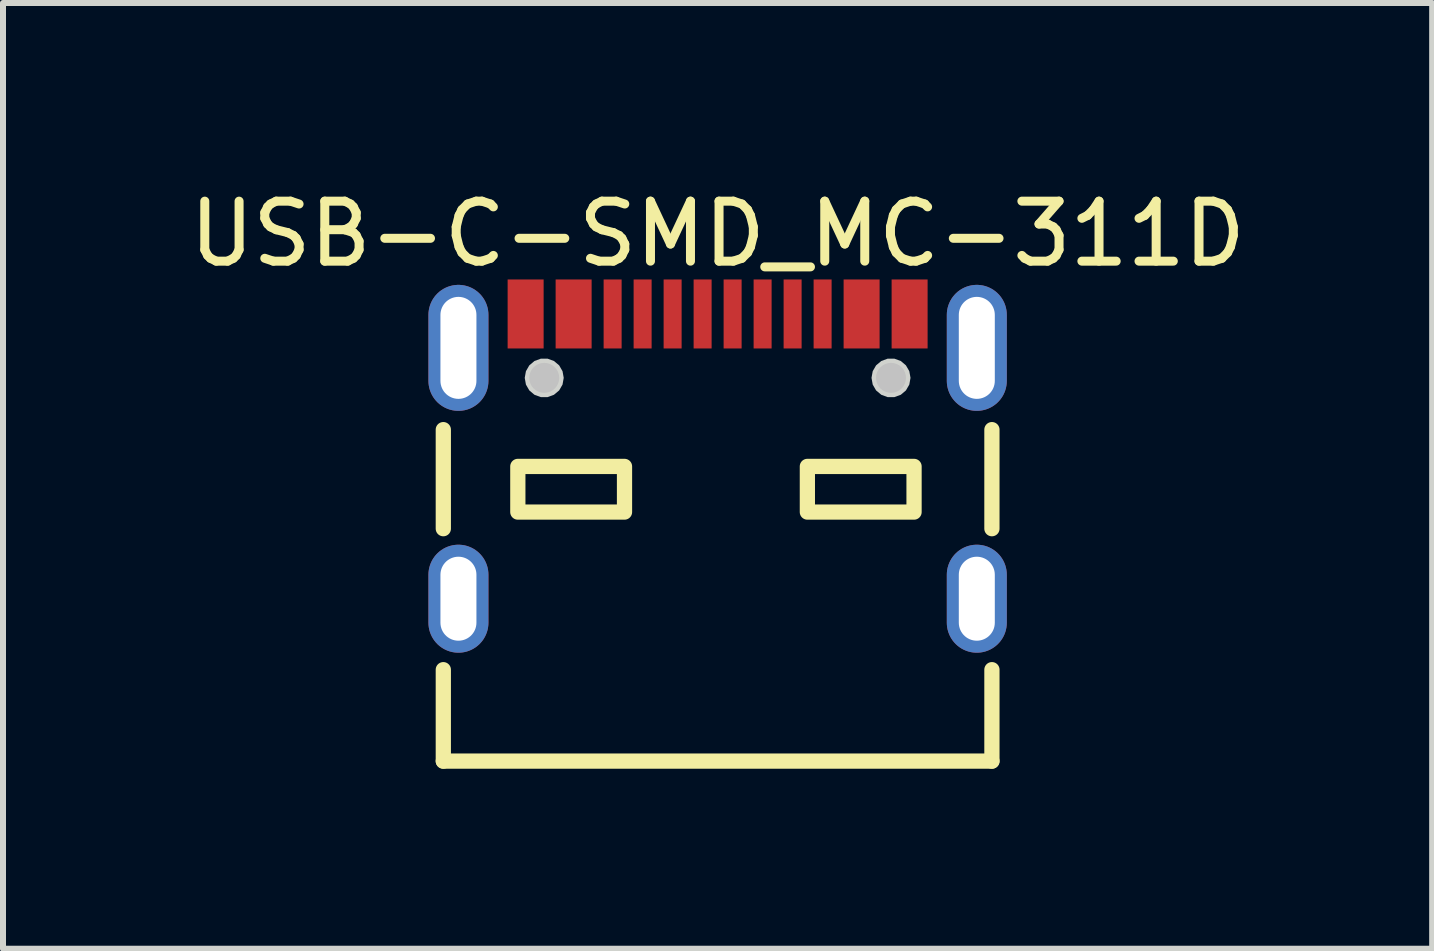
<source format=kicad_pcb>
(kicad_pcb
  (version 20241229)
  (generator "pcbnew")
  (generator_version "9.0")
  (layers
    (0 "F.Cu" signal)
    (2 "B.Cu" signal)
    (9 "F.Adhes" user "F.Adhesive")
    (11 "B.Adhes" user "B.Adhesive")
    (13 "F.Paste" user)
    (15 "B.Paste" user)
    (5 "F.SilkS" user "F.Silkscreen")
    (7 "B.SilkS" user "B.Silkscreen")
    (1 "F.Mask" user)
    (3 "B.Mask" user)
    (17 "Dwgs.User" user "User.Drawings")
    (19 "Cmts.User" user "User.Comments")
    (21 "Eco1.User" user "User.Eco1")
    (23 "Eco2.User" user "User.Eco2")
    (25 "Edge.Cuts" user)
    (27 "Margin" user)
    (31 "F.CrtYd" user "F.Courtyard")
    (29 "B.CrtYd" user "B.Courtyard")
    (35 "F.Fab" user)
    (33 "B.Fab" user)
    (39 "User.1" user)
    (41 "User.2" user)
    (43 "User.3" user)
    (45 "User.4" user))
  (footprint "USB-C-SMD_MC-311D"
    (layer "F.Cu")
    (at 8.911 4.556)
    (property "Reference" "USB-C-SMD_MC-311D" (at 0 -3.708 0) (layer "F.SilkS") (effects (font (size 1 1) (thickness 0.15))))
    (fp_line (start -4.572 -0.445) (end -4.572 1.206) (stroke (width 0.254) (type default)) (layer "F.SilkS"))
    (fp_line (start -4.572 3.556) (end -4.572 5.08) (stroke (width 0.254) (type default)) (layer "F.SilkS"))
    (fp_line (start -4.572 5.08) (end 4.572 5.08) (stroke (width 0.254) (type default)) (layer "F.SilkS"))
    (fp_line (start 4.572 -0.445) (end 4.572 1.206) (stroke (width 0.254) (type default)) (layer "F.SilkS"))
    (fp_line (start 4.572 5.08) (end 4.572 3.556) (stroke (width 0.254) (type default)) (layer "F.SilkS"))
    (fp_rect (start -3.33 0.168) (end -1.552 0.929) (stroke (width 0.254) (type default)) (fill no) (layer "F.SilkS"))
    (fp_rect (start 1.496 0.168) (end 3.274 0.929) (stroke (width 0.254) (type default)) (fill no) (layer "F.SilkS"))
    (fp_poly (pts (xy -2.9 -1.798) (xy -2.9 -2.947) (xy -3.5 -2.947) (xy -3.5 -1.798)) (stroke (width 0) (type default)) (fill yes) (layer "F.Paste"))
    (fp_poly (pts (xy -2.1 -1.798) (xy -2.1 -2.947) (xy -2.7 -2.947) (xy -2.7 -1.798)) (stroke (width 0) (type default)) (fill yes) (layer "F.Paste"))
    (fp_poly (pts (xy -1.6 -1.798) (xy -1.6 -2.947) (xy -1.9 -2.947) (xy -1.9 -1.798)) (stroke (width 0) (type default)) (fill yes) (layer "F.Paste"))
    (fp_poly (pts (xy -1.4 -2.947) (xy -1.4 -1.798) (xy -1.1 -1.798) (xy -1.1 -2.947)) (stroke (width 0) (type default)) (fill yes) (layer "F.Paste"))
    (fp_poly (pts (xy -0.9 -2.947) (xy -0.9 -1.798) (xy -0.6 -1.798) (xy -0.6 -2.947)) (stroke (width 0) (type default)) (fill yes) (layer "F.Paste"))
    (fp_poly (pts (xy -0.1 -1.798) (xy -0.1 -2.947) (xy -0.4 -2.947) (xy -0.4 -1.798)) (stroke (width 0) (type default)) (fill yes) (layer "F.Paste"))
    (fp_poly (pts (xy 0.4 -1.798) (xy 0.4 -2.947) (xy 0.1 -2.947) (xy 0.1 -1.798)) (stroke (width 0) (type default)) (fill yes) (layer "F.Paste"))
    (fp_poly (pts (xy 0.9 -1.798) (xy 0.9 -2.947) (xy 0.6 -2.947) (xy 0.6 -1.798)) (stroke (width 0) (type default)) (fill yes) (layer "F.Paste"))
    (fp_poly (pts (xy 1.4 -1.798) (xy 1.4 -2.947) (xy 1.1 -2.947) (xy 1.1 -1.798)) (stroke (width 0) (type default)) (fill yes) (layer "F.Paste"))
    (fp_poly (pts (xy 1.9 -1.798) (xy 1.9 -2.947) (xy 1.6 -2.947) (xy 1.6 -1.798)) (stroke (width 0) (type default)) (fill yes) (layer "F.Paste"))
    (fp_poly (pts (xy 2.1 -2.947) (xy 2.1 -1.798) (xy 2.7 -1.798) (xy 2.7 -2.947)) (stroke (width 0) (type default)) (fill yes) (layer "F.Paste"))
    (fp_poly (pts (xy 2.9 -2.947) (xy 2.9 -1.798) (xy 3.5 -1.798) (xy 3.5 -2.947)) (stroke (width 0) (type default)) (fill yes) (layer "F.Paste"))
    (fp_poly (pts (xy -4.332 -2.857) (xy -4.357 -2.856) (xy -4.382 -2.853) (xy -4.407 -2.85) (xy -4.431 -2.845) (xy -4.455 -2.839) (xy -4.479 -2.832) (xy -4.503 -2.823) (xy -4.526 -2.813) (xy -4.548 -2.803) (xy -4.57 -2.791) (xy -4.591 -2.777) (xy -4.612 -2.764) (xy -4.632 -2.748) (xy -4.651 -2.732) (xy -4.669 -2.716) (xy -4.686 -2.697) (xy -4.703 -2.679) (xy -4.718 -2.659) (xy -4.733 -2.639) (xy -4.747 -2.619) (xy -4.759 -2.596) (xy -4.771 -2.575) (xy -4.781 -2.552) (xy -4.79 -2.529) (xy -4.798 -2.505) (xy -4.804 -2.481) (xy -4.81 -2.457) (xy -4.814 -2.432) (xy -4.817 -2.408) (xy -4.819 -2.382) (xy -4.82 -2.357) (xy -4.82 -1.258) (xy -4.819 -1.232) (xy -4.817 -1.208) (xy -4.814 -1.183) (xy -4.81 -1.159) (xy -4.804 -1.134) (xy -4.798 -1.11) (xy -4.79 -1.087) (xy -4.781 -1.063) (xy -4.771 -1.04) (xy -4.759 -1.018) (xy -4.747 -0.997) (xy -4.733 -0.976) (xy -4.718 -0.956) (xy -4.703 -0.936) (xy -4.686 -0.917) (xy -4.669 -0.899) (xy -4.651 -0.882) (xy -4.632 -0.867) (xy -4.612 -0.852) (xy -4.591 -0.838) (xy -4.57 -0.825) (xy -4.548 -0.812) (xy -4.526 -0.802) (xy -4.503 -0.792) (xy -4.479 -0.783) (xy -4.455 -0.776) (xy -4.431 -0.77) (xy -4.407 -0.765) (xy -4.382 -0.761) (xy -4.357 -0.759) (xy -4.332 -0.757) (xy -4.308 -0.757) (xy -4.282 -0.759) (xy -4.258 -0.761) (xy -4.233 -0.765) (xy -4.209 -0.77) (xy -4.184 -0.776) (xy -4.161 -0.783) (xy -4.138 -0.792) (xy -4.114 -0.802) (xy -4.092 -0.812) (xy -4.07 -0.825) (xy -4.049 -0.838) (xy -4.028 -0.852) (xy -4.008 -0.867) (xy -3.989 -0.882) (xy -3.971 -0.899) (xy -3.954 -0.917) (xy -3.937 -0.936) (xy -3.921 -0.956) (xy -3.907 -0.976) (xy -3.893 -0.997) (xy -3.881 -1.018) (xy -3.869 -1.04) (xy -3.86 -1.063) (xy -3.85 -1.087) (xy -3.842 -1.11) (xy -3.836 -1.134) (xy -3.83 -1.159) (xy -3.825 -1.183) (xy -3.822 -1.208) (xy -3.821 -1.232) (xy -3.82 -1.258) (xy -3.82 -2.357) (xy -3.821 -2.382) (xy -3.822 -2.408) (xy -3.825 -2.432) (xy -3.83 -2.457) (xy -3.836 -2.481) (xy -3.842 -2.505) (xy -3.85 -2.529) (xy -3.86 -2.552) (xy -3.869 -2.575) (xy -3.881 -2.596) (xy -3.893 -2.619) (xy -3.907 -2.639) (xy -3.921 -2.659) (xy -3.937 -2.679) (xy -3.954 -2.697) (xy -3.971 -2.716) (xy -3.989 -2.732) (xy -4.008 -2.748) (xy -4.028 -2.764) (xy -4.049 -2.777) (xy -4.07 -2.791) (xy -4.092 -2.803) (xy -4.114 -2.813) (xy -4.138 -2.823) (xy -4.161 -2.832) (xy -4.184 -2.839) (xy -4.209 -2.845) (xy -4.233 -2.85) (xy -4.258 -2.853) (xy -4.282 -2.856) (xy -4.308 -2.857)) (stroke (width 0) (type default)) (fill yes) (layer "F.Paste"))
    (fp_poly (pts (xy -4.282 1.474) (xy -4.308 1.472) (xy -4.332 1.472) (xy -4.357 1.474) (xy -4.382 1.476) (xy -4.407 1.48) (xy -4.431 1.485) (xy -4.455 1.491) (xy -4.479 1.498) (xy -4.503 1.507) (xy -4.526 1.516) (xy -4.548 1.528) (xy -4.57 1.54) (xy -4.591 1.552) (xy -4.612 1.567) (xy -4.632 1.581) (xy -4.651 1.597) (xy -4.669 1.615) (xy -4.686 1.633) (xy -4.703 1.651) (xy -4.718 1.671) (xy -4.733 1.691) (xy -4.747 1.712) (xy -4.759 1.734) (xy -4.771 1.756) (xy -4.781 1.778) (xy -4.79 1.802) (xy -4.798 1.825) (xy -4.804 1.849) (xy -4.81 1.873) (xy -4.814 1.898) (xy -4.817 1.923) (xy -4.819 1.948) (xy -4.82 1.972) (xy -4.82 2.772) (xy -4.819 2.797) (xy -4.817 2.822) (xy -4.814 2.847) (xy -4.81 2.872) (xy -4.804 2.896) (xy -4.798 2.92) (xy -4.79 2.943) (xy -4.781 2.966) (xy -4.771 2.99) (xy -4.759 3.011) (xy -4.747 3.033) (xy -4.733 3.054) (xy -4.718 3.075) (xy -4.703 3.094) (xy -4.686 3.112) (xy -4.669 3.131) (xy -4.651 3.147) (xy -4.632 3.163) (xy -4.612 3.179) (xy -4.591 3.192) (xy -4.57 3.205) (xy -4.548 3.217) (xy -4.526 3.228) (xy -4.503 3.238) (xy -4.479 3.247) (xy -4.455 3.254) (xy -4.431 3.26) (xy -4.407 3.265) (xy -4.382 3.268) (xy -4.357 3.271) (xy -4.332 3.272) (xy -4.308 3.272) (xy -4.282 3.271) (xy -4.258 3.268) (xy -4.233 3.265) (xy -4.209 3.26) (xy -4.184 3.254) (xy -4.161 3.247) (xy -4.138 3.238) (xy -4.114 3.228) (xy -4.092 3.217) (xy -4.07 3.205) (xy -4.049 3.192) (xy -4.028 3.179) (xy -4.008 3.163) (xy -3.989 3.147) (xy -3.971 3.131) (xy -3.954 3.112) (xy -3.937 3.094) (xy -3.921 3.075) (xy -3.907 3.054) (xy -3.893 3.033) (xy -3.881 3.011) (xy -3.869 2.99) (xy -3.86 2.966) (xy -3.85 2.943) (xy -3.842 2.92) (xy -3.836 2.896) (xy -3.83 2.872) (xy -3.825 2.847) (xy -3.822 2.822) (xy -3.821 2.797) (xy -3.82 2.772) (xy -3.82 1.972) (xy -3.821 1.948) (xy -3.822 1.923) (xy -3.825 1.898) (xy -3.83 1.873) (xy -3.836 1.849) (xy -3.842 1.825) (xy -3.85 1.802) (xy -3.86 1.778) (xy -3.869 1.756) (xy -3.881 1.734) (xy -3.893 1.712) (xy -3.907 1.691) (xy -3.921 1.671) (xy -3.937 1.651) (xy -3.954 1.633) (xy -3.971 1.615) (xy -3.989 1.597) (xy -4.008 1.581) (xy -4.028 1.567) (xy -4.049 1.552) (xy -4.07 1.54) (xy -4.092 1.528) (xy -4.114 1.516) (xy -4.138 1.507) (xy -4.161 1.498) (xy -4.184 1.491) (xy -4.209 1.485) (xy -4.233 1.48) (xy -4.258 1.476)) (stroke (width 0) (type default)) (fill yes) (layer "F.Paste"))
    (fp_poly (pts (xy 4.308 1.472) (xy 4.282 1.474) (xy 4.258 1.476) (xy 4.233 1.48) (xy 4.209 1.485) (xy 4.184 1.491) (xy 4.161 1.498) (xy 4.138 1.507) (xy 4.114 1.516) (xy 4.092 1.528) (xy 4.07 1.54) (xy 4.049 1.552) (xy 4.028 1.567) (xy 4.008 1.581) (xy 3.989 1.597) (xy 3.971 1.615) (xy 3.954 1.633) (xy 3.937 1.651) (xy 3.921 1.671) (xy 3.907 1.691) (xy 3.893 1.712) (xy 3.881 1.734) (xy 3.869 1.756) (xy 3.86 1.778) (xy 3.85 1.802) (xy 3.842 1.825) (xy 3.836 1.849) (xy 3.83 1.873) (xy 3.825 1.898) (xy 3.822 1.923) (xy 3.821 1.948) (xy 3.82 1.972) (xy 3.82 2.772) (xy 3.821 2.797) (xy 3.822 2.822) (xy 3.825 2.847) (xy 3.83 2.872) (xy 3.836 2.896) (xy 3.842 2.92) (xy 3.85 2.943) (xy 3.86 2.966) (xy 3.869 2.99) (xy 3.881 3.011) (xy 3.893 3.033) (xy 3.907 3.054) (xy 3.921 3.075) (xy 3.937 3.094) (xy 3.954 3.112) (xy 3.971 3.131) (xy 3.989 3.147) (xy 4.008 3.163) (xy 4.028 3.179) (xy 4.049 3.192) (xy 4.07 3.205) (xy 4.092 3.217) (xy 4.114 3.228) (xy 4.138 3.238) (xy 4.161 3.247) (xy 4.184 3.254) (xy 4.209 3.26) (xy 4.233 3.265) (xy 4.258 3.268) (xy 4.282 3.271) (xy 4.308 3.272) (xy 4.332 3.272) (xy 4.357 3.271) (xy 4.382 3.268) (xy 4.407 3.265) (xy 4.431 3.26) (xy 4.455 3.254) (xy 4.479 3.247) (xy 4.503 3.238) (xy 4.526 3.228) (xy 4.548 3.217) (xy 4.57 3.205) (xy 4.591 3.192) (xy 4.612 3.179) (xy 4.632 3.163) (xy 4.651 3.147) (xy 4.669 3.131) (xy 4.686 3.112) (xy 4.703 3.094) (xy 4.718 3.075) (xy 4.733 3.054) (xy 4.747 3.033) (xy 4.759 3.011) (xy 4.771 2.99) (xy 4.781 2.966) (xy 4.79 2.943) (xy 4.798 2.92) (xy 4.804 2.896) (xy 4.81 2.872) (xy 4.814 2.847) (xy 4.817 2.822) (xy 4.819 2.797) (xy 4.82 2.772) (xy 4.82 1.972) (xy 4.819 1.948) (xy 4.817 1.923) (xy 4.814 1.898) (xy 4.81 1.873) (xy 4.804 1.849) (xy 4.798 1.825) (xy 4.79 1.802) (xy 4.781 1.778) (xy 4.771 1.756) (xy 4.759 1.734) (xy 4.747 1.712) (xy 4.733 1.691) (xy 4.718 1.671) (xy 4.703 1.651) (xy 4.686 1.633) (xy 4.669 1.615) (xy 4.651 1.597) (xy 4.632 1.581) (xy 4.612 1.567) (xy 4.591 1.552) (xy 4.57 1.54) (xy 4.548 1.528) (xy 4.526 1.516) (xy 4.503 1.507) (xy 4.479 1.498) (xy 4.455 1.491) (xy 4.431 1.485) (xy 4.407 1.48) (xy 4.382 1.476) (xy 4.357 1.474) (xy 4.332 1.472)) (stroke (width 0) (type default)) (fill yes) (layer "F.Paste"))
    (fp_poly (pts (xy 4.357 -2.856) (xy 4.332 -2.857) (xy 4.308 -2.857) (xy 4.282 -2.856) (xy 4.258 -2.853) (xy 4.233 -2.85) (xy 4.209 -2.845) (xy 4.184 -2.839) (xy 4.161 -2.832) (xy 4.138 -2.823) (xy 4.114 -2.813) (xy 4.092 -2.803) (xy 4.07 -2.791) (xy 4.049 -2.777) (xy 4.028 -2.764) (xy 4.008 -2.748) (xy 3.989 -2.732) (xy 3.971 -2.716) (xy 3.954 -2.697) (xy 3.937 -2.679) (xy 3.921 -2.659) (xy 3.907 -2.639) (xy 3.893 -2.619) (xy 3.881 -2.596) (xy 3.869 -2.575) (xy 3.86 -2.552) (xy 3.85 -2.529) (xy 3.842 -2.505) (xy 3.836 -2.481) (xy 3.83 -2.457) (xy 3.825 -2.432) (xy 3.822 -2.408) (xy 3.821 -2.382) (xy 3.82 -2.357) (xy 3.82 -1.258) (xy 3.821 -1.232) (xy 3.822 -1.208) (xy 3.825 -1.183) (xy 3.83 -1.159) (xy 3.836 -1.134) (xy 3.842 -1.11) (xy 3.85 -1.087) (xy 3.86 -1.063) (xy 3.869 -1.04) (xy 3.881 -1.018) (xy 3.893 -0.997) (xy 3.907 -0.976) (xy 3.921 -0.956) (xy 3.937 -0.936) (xy 3.954 -0.917) (xy 3.971 -0.899) (xy 3.989 -0.882) (xy 4.008 -0.867) (xy 4.028 -0.852) (xy 4.049 -0.838) (xy 4.07 -0.825) (xy 4.092 -0.812) (xy 4.114 -0.802) (xy 4.138 -0.792) (xy 4.161 -0.783) (xy 4.184 -0.776) (xy 4.209 -0.77) (xy 4.233 -0.765) (xy 4.258 -0.761) (xy 4.282 -0.759) (xy 4.308 -0.757) (xy 4.332 -0.757) (xy 4.357 -0.759) (xy 4.382 -0.761) (xy 4.407 -0.765) (xy 4.431 -0.77) (xy 4.455 -0.776) (xy 4.479 -0.783) (xy 4.503 -0.792) (xy 4.526 -0.802) (xy 4.548 -0.812) (xy 4.57 -0.825) (xy 4.591 -0.838) (xy 4.612 -0.852) (xy 4.632 -0.867) (xy 4.651 -0.882) (xy 4.669 -0.899) (xy 4.686 -0.917) (xy 4.703 -0.936) (xy 4.718 -0.956) (xy 4.733 -0.976) (xy 4.747 -0.997) (xy 4.759 -1.018) (xy 4.771 -1.04) (xy 4.781 -1.063) (xy 4.79 -1.087) (xy 4.798 -1.11) (xy 4.804 -1.134) (xy 4.81 -1.159) (xy 4.814 -1.183) (xy 4.817 -1.208) (xy 4.819 -1.232) (xy 4.82 -1.258) (xy 4.82 -2.357) (xy 4.819 -2.382) (xy 4.817 -2.408) (xy 4.814 -2.432) (xy 4.81 -2.457) (xy 4.804 -2.481) (xy 4.798 -2.505) (xy 4.79 -2.529) (xy 4.781 -2.552) (xy 4.771 -2.575) (xy 4.759 -2.596) (xy 4.747 -2.619) (xy 4.733 -2.639) (xy 4.718 -2.659) (xy 4.703 -2.679) (xy 4.686 -2.697) (xy 4.669 -2.716) (xy 4.651 -2.732) (xy 4.632 -2.748) (xy 4.612 -2.764) (xy 4.591 -2.777) (xy 4.57 -2.791) (xy 4.548 -2.803) (xy 4.526 -2.813) (xy 4.503 -2.823) (xy 4.479 -2.832) (xy 4.455 -2.839) (xy 4.431 -2.845) (xy 4.407 -2.85) (xy 4.382 -2.853)) (stroke (width 0) (type default)) (fill yes) (layer "F.Paste"))
    (fp_circle (center -2.89 -1.308) (end -2.765 -1.308) (stroke (width 0.25) (type default)) (fill no) (layer "Dwgs.User"))
    (fp_circle (center 2.89 -1.308) (end 3.015 -1.308) (stroke (width 0.25) (type default)) (fill no) (layer "Dwgs.User"))
    (fp_poly (pts (xy -2.565 -1.308) (xy -2.585 -1.419) (xy -2.641 -1.516) (xy -2.728 -1.589) (xy -2.834 -1.628) (xy -2.946 -1.628) (xy -3.053 -1.589) (xy -3.139 -1.516) (xy -3.195 -1.419) (xy -3.215 -1.308) (xy -3.195 -1.196) (xy -3.139 -1.099) (xy -3.053 -1.026) (xy -2.946 -0.987) (xy -2.834 -0.987) (xy -2.728 -1.026) (xy -2.641 -1.099) (xy -2.585 -1.196)) (stroke (width 0) (type default)) (fill yes) (layer "Edge.Cuts"))
    (fp_poly (pts (xy 3.215 -1.308) (xy 3.195 -1.419) (xy 3.139 -1.516) (xy 3.053 -1.589) (xy 2.946 -1.628) (xy 2.834 -1.628) (xy 2.728 -1.589) (xy 2.641 -1.516) (xy 2.585 -1.419) (xy 2.565 -1.308) (xy 2.585 -1.196) (xy 2.641 -1.099) (xy 2.728 -1.026) (xy 2.834 -0.987) (xy 2.946 -0.987) (xy 3.053 -1.026) (xy 3.139 -1.099) (xy 3.195 -1.196)) (stroke (width 0) (type default)) (fill yes) (layer "Edge.Cuts"))
    (fp_poly (pts (xy -4.47 -2.357) (xy -4.17 -2.357) (xy -4.17 -1.256) (xy -4.47 -1.256)) (stroke (width 0.1) (type default)) (fill no) (layer "User.1"))
    (fp_poly (pts (xy -4.47 1.972) (xy -4.17 1.972) (xy -4.17 2.772) (xy -4.47 2.772)) (stroke (width 0.1) (type default)) (fill no) (layer "User.1"))
    (fp_poly (pts (xy -3.425 -2.736) (xy -2.975 -2.736) (xy -2.975 -1.986) (xy -3.425 -1.986)) (stroke (width 0.1) (type default)) (fill no) (layer "User.1"))
    (fp_poly (pts (xy -2.625 -2.736) (xy -2.175 -2.736) (xy -2.175 -1.986) (xy -2.625 -1.986)) (stroke (width 0.1) (type default)) (fill no) (layer "User.1"))
    (fp_poly (pts (xy -1.85 -2.736) (xy -1.65 -2.736) (xy -1.65 -1.986) (xy -1.85 -1.986)) (stroke (width 0.1) (type default)) (fill no) (layer "User.1"))
    (fp_poly (pts (xy -1.35 -2.736) (xy -1.15 -2.736) (xy -1.15 -1.986) (xy -1.35 -1.986)) (stroke (width 0.1) (type default)) (fill no) (layer "User.1"))
    (fp_poly (pts (xy -0.85 -2.736) (xy -0.65 -2.736) (xy -0.65 -1.986) (xy -0.85 -1.986)) (stroke (width 0.1) (type default)) (fill no) (layer "User.1"))
    (fp_poly (pts (xy -0.35 -2.736) (xy -0.15 -2.736) (xy -0.15 -1.986) (xy -0.35 -1.986)) (stroke (width 0.1) (type default)) (fill no) (layer "User.1"))
    (fp_poly (pts (xy 0.15 -2.736) (xy 0.35 -2.736) (xy 0.35 -1.986) (xy 0.15 -1.986)) (stroke (width 0.1) (type default)) (fill no) (layer "User.1"))
    (fp_poly (pts (xy 0.65 -2.736) (xy 0.85 -2.736) (xy 0.85 -1.986) (xy 0.65 -1.986)) (stroke (width 0.1) (type default)) (fill no) (layer "User.1"))
    (fp_poly (pts (xy 1.15 -2.736) (xy 1.35 -2.736) (xy 1.35 -1.986) (xy 1.15 -1.986)) (stroke (width 0.1) (type default)) (fill no) (layer "User.1"))
    (fp_poly (pts (xy 1.65 -2.736) (xy 1.85 -2.736) (xy 1.85 -1.986) (xy 1.65 -1.986)) (stroke (width 0.1) (type default)) (fill no) (layer "User.1"))
    (fp_poly (pts (xy 2.175 -2.736) (xy 2.625 -2.736) (xy 2.625 -1.986) (xy 2.175 -1.986)) (stroke (width 0.1) (type default)) (fill no) (layer "User.1"))
    (fp_poly (pts (xy 2.975 -2.736) (xy 3.425 -2.736) (xy 3.425 -1.986) (xy 2.975 -1.986)) (stroke (width 0.1) (type default)) (fill no) (layer "User.1"))
    (fp_poly (pts (xy 4.17 -2.357) (xy 4.47 -2.357) (xy 4.47 -1.256) (xy 4.17 -1.256)) (stroke (width 0.1) (type default)) (fill no) (layer "User.1"))
    (fp_poly (pts (xy 4.17 1.972) (xy 4.47 1.972) (xy 4.47 2.772) (xy 4.17 2.772)) (stroke (width 0.1) (type default)) (fill no) (layer "User.1"))
    (fp_line (start -4.47 -2.357) (end 4.47 -2.357) (stroke (width 0.051) (type default)) (layer "User.2"))
    (fp_line (start -4.47 4.994) (end -4.47 -2.357) (stroke (width 0.051) (type default)) (layer "User.2"))
    (fp_line (start 4.47 -2.357) (end 4.47 4.994) (stroke (width 0.051) (type default)) (layer "User.2"))
    (fp_line (start 4.47 4.994) (end -4.47 4.994) (stroke (width 0.051) (type default)) (layer "User.2"))
    (fp_poly (pts (xy -4.5 -2.947) (xy -4.518 -2.99) (xy -4.56 -3.007) (xy -4.602 -2.99) (xy -4.62 -2.947) (xy -4.602 -2.905) (xy -4.56 -2.888) (xy -4.518 -2.905)) (stroke (width 0.1) (type default)) (fill no) (layer "User.3"))
    (pad "1" thru_hole oval (at -4.32 -1.808) (size 1 2.1) (drill oval 0.6 1.7) (layers "*.Cu" "*.Mask"))
    (pad "2" thru_hole oval (at -4.32 2.373) (size 1 1.8) (drill oval 0.6 1.4) (layers "*.Cu" "*.Mask"))
    (pad "3" thru_hole oval (at 4.32 2.373) (size 1 1.8) (drill oval 0.6 1.4) (layers "*.Cu" "*.Mask"))
    (pad "4" thru_hole oval (at 4.32 -1.808) (size 1 2.1) (drill oval 0.6 1.7) (layers "*.Cu" "*.Mask"))
    (pad "A1-B12" smd rect (at -3.2 -2.373) (size 0.6 1.15) (layers "F.Cu" "F.Mask" "F.Paste"))
    (pad "A4-B9" smd rect (at -2.4 -2.373) (size 0.6 1.15) (layers "F.Cu" "F.Mask" "F.Paste"))
    (pad "A5" smd rect (at -1.25 -2.373) (size 0.3 1.15) (layers "F.Cu" "F.Mask" "F.Paste"))
    (pad "A6" smd rect (at -0.25 -2.373) (size 0.3 1.15) (layers "F.Cu" "F.Mask" "F.Paste"))
    (pad "A7" smd rect (at 0.25 -2.373) (size 0.3 1.15) (layers "F.Cu" "F.Mask" "F.Paste"))
    (pad "A8" smd rect (at 1.25 -2.373) (size 0.3 1.15) (layers "F.Cu" "F.Mask" "F.Paste"))
    (pad "B1-A12" smd rect (at 3.2 -2.373) (size 0.6 1.15) (layers "F.Cu" "F.Mask" "F.Paste"))
    (pad "B4-A9" smd rect (at 2.4 -2.373) (size 0.6 1.15) (layers "F.Cu" "F.Mask" "F.Paste"))
    (pad "B5" smd rect (at 1.75 -2.373) (size 0.3 1.15) (layers "F.Cu" "F.Mask" "F.Paste"))
    (pad "B6" smd rect (at 0.75 -2.373) (size 0.3 1.15) (layers "F.Cu" "F.Mask" "F.Paste"))
    (pad "B7" smd rect (at -0.75 -2.373) (size 0.3 1.15) (layers "F.Cu" "F.Mask" "F.Paste"))
    (pad "B8" smd rect (at -1.75 -2.373) (size 0.3 1.15) (layers "F.Cu" "F.Mask" "F.Paste")))
  (gr_rect
    (start -3 -3)
    (end 20.821 12.763)
    (stroke (width 0.1) (type default))
    (fill no)
    (layer "Edge.Cuts")))
</source>
